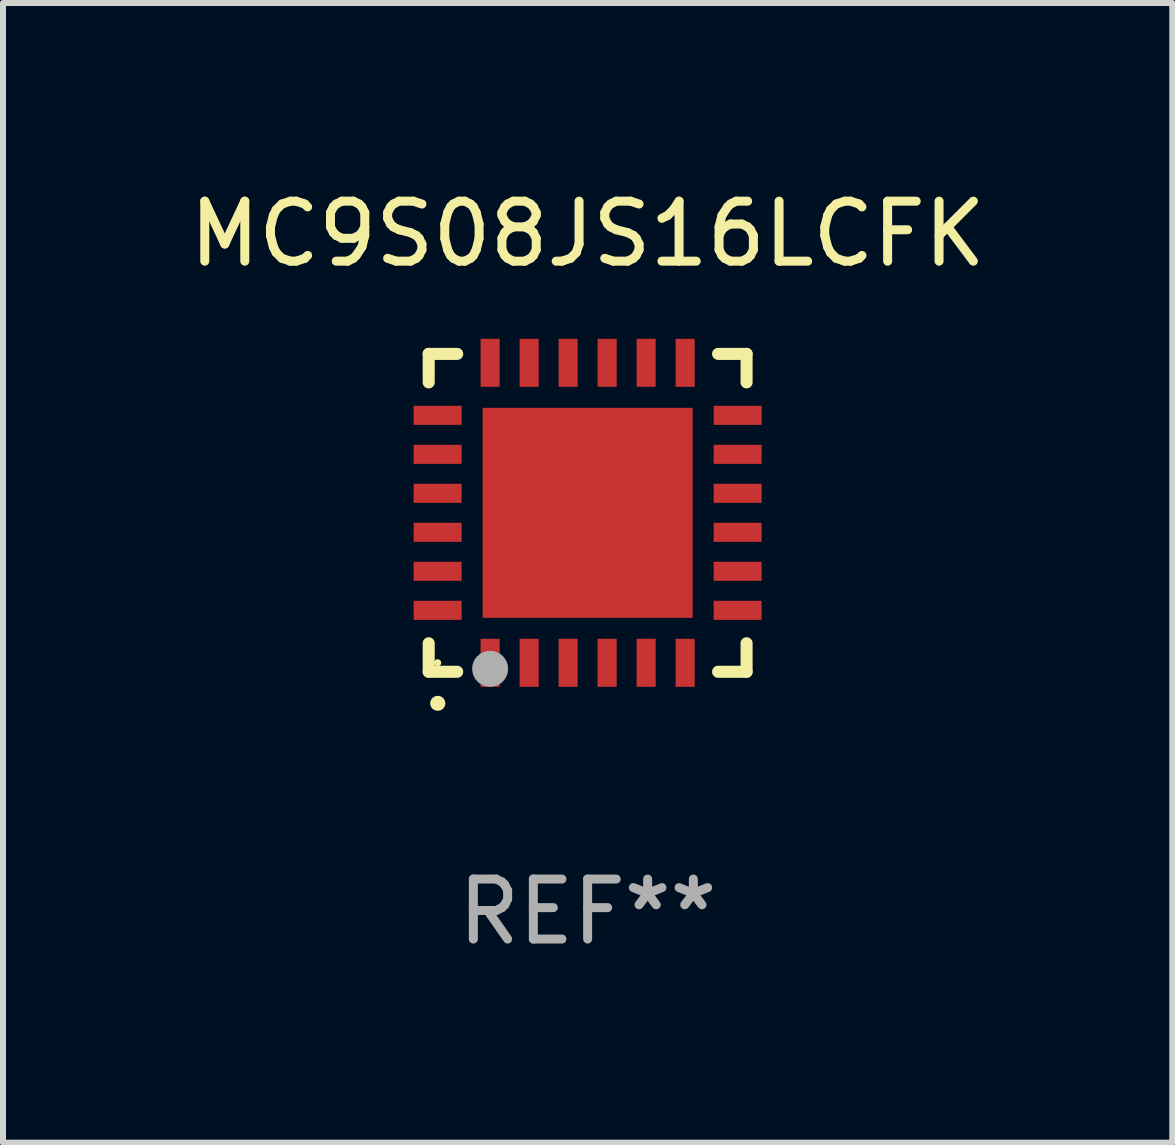
<source format=kicad_pcb>
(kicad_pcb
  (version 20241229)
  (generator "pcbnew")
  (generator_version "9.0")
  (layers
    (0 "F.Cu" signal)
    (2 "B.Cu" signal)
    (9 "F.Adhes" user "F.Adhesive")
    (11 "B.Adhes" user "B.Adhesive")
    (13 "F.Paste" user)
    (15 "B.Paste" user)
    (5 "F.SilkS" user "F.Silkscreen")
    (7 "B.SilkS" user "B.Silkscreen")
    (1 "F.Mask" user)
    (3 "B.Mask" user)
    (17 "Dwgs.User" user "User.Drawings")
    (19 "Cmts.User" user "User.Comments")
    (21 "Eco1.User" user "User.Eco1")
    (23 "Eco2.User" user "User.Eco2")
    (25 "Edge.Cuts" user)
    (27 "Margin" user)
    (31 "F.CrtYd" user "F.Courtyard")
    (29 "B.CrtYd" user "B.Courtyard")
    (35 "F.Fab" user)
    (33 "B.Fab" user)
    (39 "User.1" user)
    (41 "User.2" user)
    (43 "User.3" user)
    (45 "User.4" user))
  (footprint "MC9S08JS16LCFK"
    (layer "F.Cu")
    (at 6.744 5.497)
    (property "Reference" "MC9S08JS16LCFK" (at 0 -4.649 0) (layer "F.SilkS") (effects (font (size 1 1) (thickness 0.15))))
    (attr through_hole)
    (fp_line (start -2.649 -2.649) (end -2.649 -2.174) (stroke (width 0.201) (type solid)) (layer "F.SilkS"))
    (fp_line (start -2.649 2.649) (end -2.649 2.174) (stroke (width 0.201) (type solid)) (layer "F.SilkS"))
    (fp_line (start -2.174 -2.649) (end -2.649 -2.649) (stroke (width 0.201) (type solid)) (layer "F.SilkS"))
    (fp_line (start -2.174 2.649) (end -2.649 2.649) (stroke (width 0.201) (type solid)) (layer "F.SilkS"))
    (fp_line (start 2.649 -2.649) (end 2.174 -2.649) (stroke (width 0.201) (type solid)) (layer "F.SilkS"))
    (fp_line (start 2.649 -2.174) (end 2.649 -2.649) (stroke (width 0.201) (type solid)) (layer "F.SilkS"))
    (fp_line (start 2.649 2.174) (end 2.649 2.649) (stroke (width 0.201) (type solid)) (layer "F.SilkS"))
    (fp_line (start 2.649 2.649) (end 2.174 2.649) (stroke (width 0.201) (type solid)) (layer "F.SilkS"))
    (fp_arc (start -2.499365 3.175006) (mid -2.498095 3.175) (end -2.496825 3.175006) (stroke (width 0.24892) (type solid)) (layer "F.SilkS"))
    (fp_circle (center -2.5 2.5) (end -2.47 2.5) (stroke (width 0.06) (type solid)) (fill no) (layer "F.SilkS"))
    (fp_circle (center -1.625 2.6) (end -1.475 2.6) (stroke (width 0.3) (type solid)) (fill no) (layer "F.Fab"))
    (fp_text user "REF**" (at 0 6.649 0) (layer "F.Fab") (effects (font (size 1 1) (thickness 0.15))))
    (pad "1" smd rect (at -1.625 2.5 180) (size 0.318 0.8) (layers "F.Cu" "F.Mask" "F.Paste"))
    (pad "2" smd rect (at -0.975 2.5 180) (size 0.318 0.8) (layers "F.Cu" "F.Mask" "F.Paste"))
    (pad "3" smd rect (at -0.325 2.5 180) (size 0.318 0.8) (layers "F.Cu" "F.Mask" "F.Paste"))
    (pad "4" smd rect (at 0.325 2.5 180) (size 0.318 0.8) (layers "F.Cu" "F.Mask" "F.Paste"))
    (pad "5" smd rect (at 0.975 2.5 180) (size 0.318 0.8) (layers "F.Cu" "F.Mask" "F.Paste"))
    (pad "6" smd rect (at 1.625 2.5 180) (size 0.318 0.8) (layers "F.Cu" "F.Mask" "F.Paste"))
    (pad "7" smd rect (at 2.5 1.625 90) (size 0.318 0.8) (layers "F.Cu" "F.Mask" "F.Paste"))
    (pad "8" smd rect (at 2.5 0.975 90) (size 0.318 0.8) (layers "F.Cu" "F.Mask" "F.Paste"))
    (pad "9" smd rect (at 2.5 0.325 90) (size 0.318 0.8) (layers "F.Cu" "F.Mask" "F.Paste"))
    (pad "10" smd rect (at 2.5 -0.325 90) (size 0.318 0.8) (layers "F.Cu" "F.Mask" "F.Paste"))
    (pad "11" smd rect (at 2.5 -0.975 90) (size 0.318 0.8) (layers "F.Cu" "F.Mask" "F.Paste"))
    (pad "12" smd rect (at 2.5 -1.625 90) (size 0.318 0.8) (layers "F.Cu" "F.Mask" "F.Paste"))
    (pad "13" smd rect (at 1.625 -2.5 180) (size 0.318 0.8) (layers "F.Cu" "F.Mask" "F.Paste"))
    (pad "14" smd rect (at 0.975 -2.5 180) (size 0.318 0.8) (layers "F.Cu" "F.Mask" "F.Paste"))
    (pad "15" smd rect (at 0.325 -2.5 180) (size 0.318 0.8) (layers "F.Cu" "F.Mask" "F.Paste"))
    (pad "16" smd rect (at -0.325 -2.5 180) (size 0.318 0.8) (layers "F.Cu" "F.Mask" "F.Paste"))
    (pad "17" smd rect (at -0.975 -2.5 180) (size 0.318 0.8) (layers "F.Cu" "F.Mask" "F.Paste"))
    (pad "18" smd rect (at -1.625 -2.5 180) (size 0.318 0.8) (layers "F.Cu" "F.Mask" "F.Paste"))
    (pad "19" smd rect (at -2.5 -1.625 90) (size 0.318 0.8) (layers "F.Cu" "F.Mask" "F.Paste"))
    (pad "20" smd rect (at -2.5 -0.975 90) (size 0.318 0.8) (layers "F.Cu" "F.Mask" "F.Paste"))
    (pad "21" smd rect (at -2.5 -0.325 90) (size 0.318 0.8) (layers "F.Cu" "F.Mask" "F.Paste"))
    (pad "22" smd rect (at -2.5 0.325 90) (size 0.318 0.8) (layers "F.Cu" "F.Mask" "F.Paste"))
    (pad "23" smd rect (at -2.5 0.975 90) (size 0.318 0.8) (layers "F.Cu" "F.Mask" "F.Paste"))
    (pad "24" smd rect (at -2.5 1.625 90) (size 0.318 0.8) (layers "F.Cu" "F.Mask" "F.Paste"))
    (pad "25" smd rect (at 0.000203 0 90) (size 3.5 3.5) (layers "F.Cu" "F.Mask" "F.Paste")))
  (gr_rect
    (start -3 -3)
    (end 16.488 15.995)
    (stroke (width 0.1) (type default))
    (fill no)
    (layer "Edge.Cuts")))
</source>
